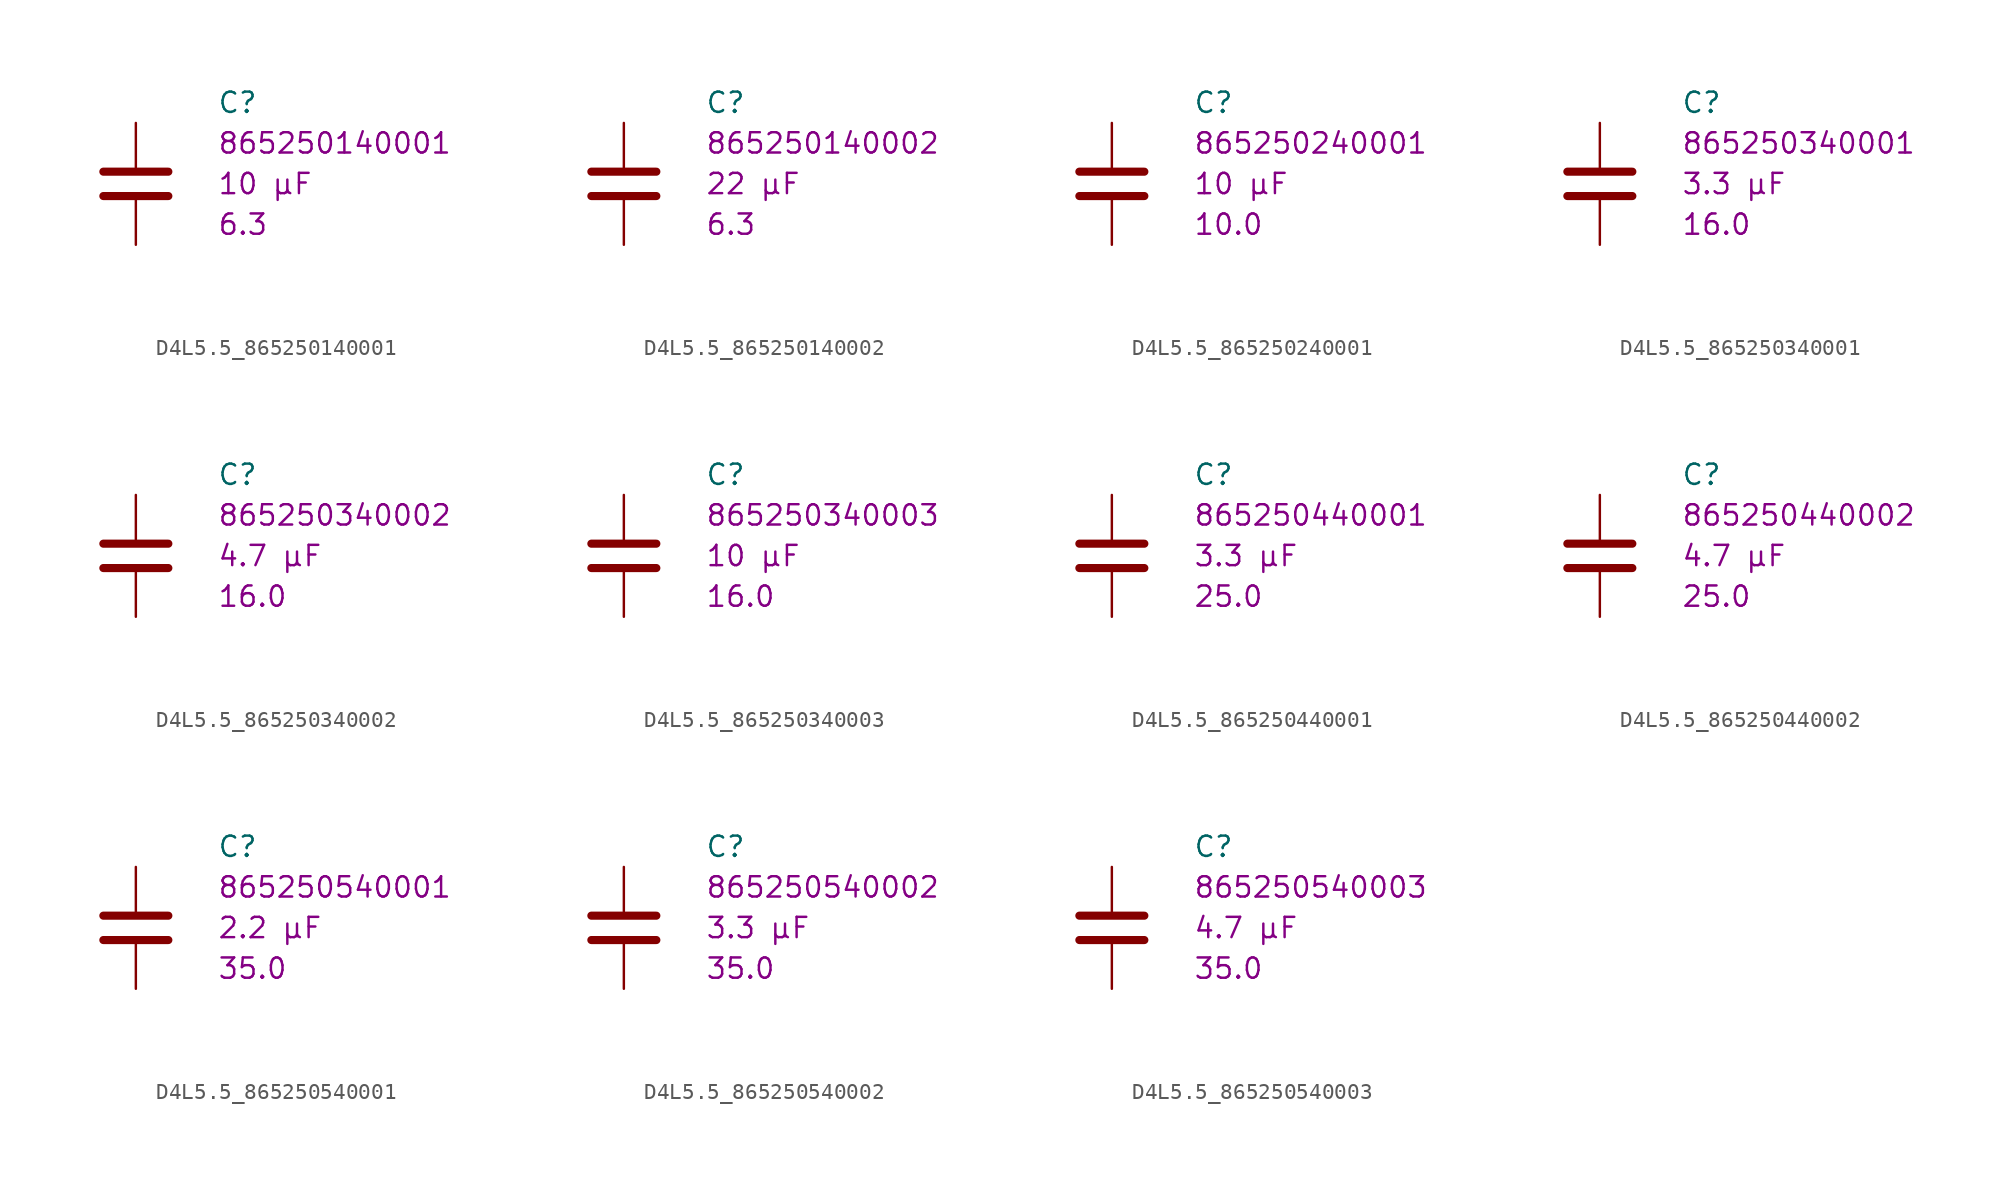
<source format=kicad_sym>
(kicad_symbol_lib
  (version 20220914)
  (generator kicad_symbol_editor)
  (symbol "D4L5.5_865250140001"
    (pin_numbers hide)
    (pin_names hide)
    (property "Reference" "C"
      (at 5.08 5.08 0)
      (effects (font (size 1.27 1.27)) (justify left)))
    (property "Part Number" "865250140001"
      (at 5.08 2.54 0)
      (effects (font (size 1.27 1.27)) (justify left)))
    (property "Capacitance" "10 µF"
      (at 5.08 0 0)
      (effects (font (size 1.27 1.27)) (justify left)))
    (property "Voltage" "6.3"
      (at 5.08 -2.54 0)
      (effects (font (size 1.27 1.27)) (justify left)))
    (property "Critical Parameter" ""
      (at 0 -7.62 0)
      (effects (font (size 1.27 1.27))))
    (symbol "D4L5.5_865250140001_0_1"
      (polyline (pts (xy -2.032 -0.762) (xy 2.032 -0.762)) (stroke (width 0.508) (type default)) (fill (type none)))
      (polyline (pts (xy -2.032 0.762) (xy 2.032 0.762)) (stroke (width 0.508) (type default)) (fill (type none))))
    (symbol "D4L5.5_865250140001_1_1"
      (pin passive line (at 0 3.81 270) (length 2.794) (name "1" (effects (font (size 1.27 1.27)))) (number "1" (effects (font (size 1.27 1.27)))))
      (pin passive line (at 0 -3.81 90) (length 2.794) (name "2" (effects (font (size 1.27 1.27)))) (number "2" (effects (font (size 1.27 1.27)))))))
  (symbol "D4L5.5_865250140002"
    (pin_numbers hide)
    (pin_names hide)
    (property "Reference" "C"
      (at 5.08 5.08 0)
      (effects (font (size 1.27 1.27)) (justify left)))
    (property "Part Number" "865250140002"
      (at 5.08 2.54 0)
      (effects (font (size 1.27 1.27)) (justify left)))
    (property "Capacitance" "22 µF"
      (at 5.08 0 0)
      (effects (font (size 1.27 1.27)) (justify left)))
    (property "Voltage" "6.3"
      (at 5.08 -2.54 0)
      (effects (font (size 1.27 1.27)) (justify left)))
    (property "Critical Parameter" ""
      (at 0 -7.62 0)
      (effects (font (size 1.27 1.27))))
    (symbol "D4L5.5_865250140002_0_1"
      (polyline (pts (xy -2.032 -0.762) (xy 2.032 -0.762)) (stroke (width 0.508) (type default)) (fill (type none)))
      (polyline (pts (xy -2.032 0.762) (xy 2.032 0.762)) (stroke (width 0.508) (type default)) (fill (type none))))
    (symbol "D4L5.5_865250140002_1_1"
      (pin passive line (at 0 3.81 270) (length 2.794) (name "1" (effects (font (size 1.27 1.27)))) (number "1" (effects (font (size 1.27 1.27)))))
      (pin passive line (at 0 -3.81 90) (length 2.794) (name "2" (effects (font (size 1.27 1.27)))) (number "2" (effects (font (size 1.27 1.27)))))))
  (symbol "D4L5.5_865250240001"
    (pin_numbers hide)
    (pin_names hide)
    (property "Reference" "C"
      (at 5.08 5.08 0)
      (effects (font (size 1.27 1.27)) (justify left)))
    (property "Part Number" "865250240001"
      (at 5.08 2.54 0)
      (effects (font (size 1.27 1.27)) (justify left)))
    (property "Capacitance" "10 µF"
      (at 5.08 0 0)
      (effects (font (size 1.27 1.27)) (justify left)))
    (property "Voltage" "10.0"
      (at 5.08 -2.54 0)
      (effects (font (size 1.27 1.27)) (justify left)))
    (property "Critical Parameter" ""
      (at 0 -7.62 0)
      (effects (font (size 1.27 1.27))))
    (symbol "D4L5.5_865250240001_0_1"
      (polyline (pts (xy -2.032 -0.762) (xy 2.032 -0.762)) (stroke (width 0.508) (type default)) (fill (type none)))
      (polyline (pts (xy -2.032 0.762) (xy 2.032 0.762)) (stroke (width 0.508) (type default)) (fill (type none))))
    (symbol "D4L5.5_865250240001_1_1"
      (pin passive line (at 0 3.81 270) (length 2.794) (name "1" (effects (font (size 1.27 1.27)))) (number "1" (effects (font (size 1.27 1.27)))))
      (pin passive line (at 0 -3.81 90) (length 2.794) (name "2" (effects (font (size 1.27 1.27)))) (number "2" (effects (font (size 1.27 1.27)))))))
  (symbol "D4L5.5_865250340001"
    (pin_numbers hide)
    (pin_names hide)
    (property "Reference" "C"
      (at 5.08 5.08 0)
      (effects (font (size 1.27 1.27)) (justify left)))
    (property "Part Number" "865250340001"
      (at 5.08 2.54 0)
      (effects (font (size 1.27 1.27)) (justify left)))
    (property "Capacitance" "3.3 µF"
      (at 5.08 0 0)
      (effects (font (size 1.27 1.27)) (justify left)))
    (property "Voltage" "16.0"
      (at 5.08 -2.54 0)
      (effects (font (size 1.27 1.27)) (justify left)))
    (property "Critical Parameter" ""
      (at 0 -7.62 0)
      (effects (font (size 1.27 1.27))))
    (symbol "D4L5.5_865250340001_0_1"
      (polyline (pts (xy -2.032 -0.762) (xy 2.032 -0.762)) (stroke (width 0.508) (type default)) (fill (type none)))
      (polyline (pts (xy -2.032 0.762) (xy 2.032 0.762)) (stroke (width 0.508) (type default)) (fill (type none))))
    (symbol "D4L5.5_865250340001_1_1"
      (pin passive line (at 0 3.81 270) (length 2.794) (name "1" (effects (font (size 1.27 1.27)))) (number "1" (effects (font (size 1.27 1.27)))))
      (pin passive line (at 0 -3.81 90) (length 2.794) (name "2" (effects (font (size 1.27 1.27)))) (number "2" (effects (font (size 1.27 1.27)))))))
  (symbol "D4L5.5_865250340002"
    (pin_numbers hide)
    (pin_names hide)
    (property "Reference" "C"
      (at 5.08 5.08 0)
      (effects (font (size 1.27 1.27)) (justify left)))
    (property "Part Number" "865250340002"
      (at 5.08 2.54 0)
      (effects (font (size 1.27 1.27)) (justify left)))
    (property "Capacitance" "4.7 µF"
      (at 5.08 0 0)
      (effects (font (size 1.27 1.27)) (justify left)))
    (property "Voltage" "16.0"
      (at 5.08 -2.54 0)
      (effects (font (size 1.27 1.27)) (justify left)))
    (property "Critical Parameter" ""
      (at 0 -7.62 0)
      (effects (font (size 1.27 1.27))))
    (symbol "D4L5.5_865250340002_0_1"
      (polyline (pts (xy -2.032 -0.762) (xy 2.032 -0.762)) (stroke (width 0.508) (type default)) (fill (type none)))
      (polyline (pts (xy -2.032 0.762) (xy 2.032 0.762)) (stroke (width 0.508) (type default)) (fill (type none))))
    (symbol "D4L5.5_865250340002_1_1"
      (pin passive line (at 0 3.81 270) (length 2.794) (name "1" (effects (font (size 1.27 1.27)))) (number "1" (effects (font (size 1.27 1.27)))))
      (pin passive line (at 0 -3.81 90) (length 2.794) (name "2" (effects (font (size 1.27 1.27)))) (number "2" (effects (font (size 1.27 1.27)))))))
  (symbol "D4L5.5_865250340003"
    (pin_numbers hide)
    (pin_names hide)
    (property "Reference" "C"
      (at 5.08 5.08 0)
      (effects (font (size 1.27 1.27)) (justify left)))
    (property "Part Number" "865250340003"
      (at 5.08 2.54 0)
      (effects (font (size 1.27 1.27)) (justify left)))
    (property "Capacitance" "10 µF"
      (at 5.08 0 0)
      (effects (font (size 1.27 1.27)) (justify left)))
    (property "Voltage" "16.0"
      (at 5.08 -2.54 0)
      (effects (font (size 1.27 1.27)) (justify left)))
    (property "Critical Parameter" ""
      (at 0 -7.62 0)
      (effects (font (size 1.27 1.27))))
    (symbol "D4L5.5_865250340003_0_1"
      (polyline (pts (xy -2.032 -0.762) (xy 2.032 -0.762)) (stroke (width 0.508) (type default)) (fill (type none)))
      (polyline (pts (xy -2.032 0.762) (xy 2.032 0.762)) (stroke (width 0.508) (type default)) (fill (type none))))
    (symbol "D4L5.5_865250340003_1_1"
      (pin passive line (at 0 3.81 270) (length 2.794) (name "1" (effects (font (size 1.27 1.27)))) (number "1" (effects (font (size 1.27 1.27)))))
      (pin passive line (at 0 -3.81 90) (length 2.794) (name "2" (effects (font (size 1.27 1.27)))) (number "2" (effects (font (size 1.27 1.27)))))))
  (symbol "D4L5.5_865250440001"
    (pin_numbers hide)
    (pin_names hide)
    (property "Reference" "C"
      (at 5.08 5.08 0)
      (effects (font (size 1.27 1.27)) (justify left)))
    (property "Part Number" "865250440001"
      (at 5.08 2.54 0)
      (effects (font (size 1.27 1.27)) (justify left)))
    (property "Capacitance" "3.3 µF"
      (at 5.08 0 0)
      (effects (font (size 1.27 1.27)) (justify left)))
    (property "Voltage" "25.0"
      (at 5.08 -2.54 0)
      (effects (font (size 1.27 1.27)) (justify left)))
    (property "Critical Parameter" ""
      (at 0 -7.62 0)
      (effects (font (size 1.27 1.27))))
    (symbol "D4L5.5_865250440001_0_1"
      (polyline (pts (xy -2.032 -0.762) (xy 2.032 -0.762)) (stroke (width 0.508) (type default)) (fill (type none)))
      (polyline (pts (xy -2.032 0.762) (xy 2.032 0.762)) (stroke (width 0.508) (type default)) (fill (type none))))
    (symbol "D4L5.5_865250440001_1_1"
      (pin passive line (at 0 3.81 270) (length 2.794) (name "1" (effects (font (size 1.27 1.27)))) (number "1" (effects (font (size 1.27 1.27)))))
      (pin passive line (at 0 -3.81 90) (length 2.794) (name "2" (effects (font (size 1.27 1.27)))) (number "2" (effects (font (size 1.27 1.27)))))))
  (symbol "D4L5.5_865250440002"
    (pin_numbers hide)
    (pin_names hide)
    (property "Reference" "C"
      (at 5.08 5.08 0)
      (effects (font (size 1.27 1.27)) (justify left)))
    (property "Part Number" "865250440002"
      (at 5.08 2.54 0)
      (effects (font (size 1.27 1.27)) (justify left)))
    (property "Capacitance" "4.7 µF"
      (at 5.08 0 0)
      (effects (font (size 1.27 1.27)) (justify left)))
    (property "Voltage" "25.0"
      (at 5.08 -2.54 0)
      (effects (font (size 1.27 1.27)) (justify left)))
    (property "Critical Parameter" ""
      (at 0 -7.62 0)
      (effects (font (size 1.27 1.27))))
    (symbol "D4L5.5_865250440002_0_1"
      (polyline (pts (xy -2.032 -0.762) (xy 2.032 -0.762)) (stroke (width 0.508) (type default)) (fill (type none)))
      (polyline (pts (xy -2.032 0.762) (xy 2.032 0.762)) (stroke (width 0.508) (type default)) (fill (type none))))
    (symbol "D4L5.5_865250440002_1_1"
      (pin passive line (at 0 3.81 270) (length 2.794) (name "1" (effects (font (size 1.27 1.27)))) (number "1" (effects (font (size 1.27 1.27)))))
      (pin passive line (at 0 -3.81 90) (length 2.794) (name "2" (effects (font (size 1.27 1.27)))) (number "2" (effects (font (size 1.27 1.27)))))))
  (symbol "D4L5.5_865250540001"
    (pin_numbers hide)
    (pin_names hide)
    (property "Reference" "C"
      (at 5.08 5.08 0)
      (effects (font (size 1.27 1.27)) (justify left)))
    (property "Part Number" "865250540001"
      (at 5.08 2.54 0)
      (effects (font (size 1.27 1.27)) (justify left)))
    (property "Capacitance" "2.2 µF"
      (at 5.08 0 0)
      (effects (font (size 1.27 1.27)) (justify left)))
    (property "Voltage" "35.0"
      (at 5.08 -2.54 0)
      (effects (font (size 1.27 1.27)) (justify left)))
    (property "Critical Parameter" ""
      (at 0 -7.62 0)
      (effects (font (size 1.27 1.27))))
    (symbol "D4L5.5_865250540001_0_1"
      (polyline (pts (xy -2.032 -0.762) (xy 2.032 -0.762)) (stroke (width 0.508) (type default)) (fill (type none)))
      (polyline (pts (xy -2.032 0.762) (xy 2.032 0.762)) (stroke (width 0.508) (type default)) (fill (type none))))
    (symbol "D4L5.5_865250540001_1_1"
      (pin passive line (at 0 3.81 270) (length 2.794) (name "1" (effects (font (size 1.27 1.27)))) (number "1" (effects (font (size 1.27 1.27)))))
      (pin passive line (at 0 -3.81 90) (length 2.794) (name "2" (effects (font (size 1.27 1.27)))) (number "2" (effects (font (size 1.27 1.27)))))))
  (symbol "D4L5.5_865250540002"
    (pin_numbers hide)
    (pin_names hide)
    (property "Reference" "C"
      (at 5.08 5.08 0)
      (effects (font (size 1.27 1.27)) (justify left)))
    (property "Part Number" "865250540002"
      (at 5.08 2.54 0)
      (effects (font (size 1.27 1.27)) (justify left)))
    (property "Capacitance" "3.3 µF"
      (at 5.08 0 0)
      (effects (font (size 1.27 1.27)) (justify left)))
    (property "Voltage" "35.0"
      (at 5.08 -2.54 0)
      (effects (font (size 1.27 1.27)) (justify left)))
    (property "Critical Parameter" ""
      (at 0 -7.62 0)
      (effects (font (size 1.27 1.27))))
    (symbol "D4L5.5_865250540002_0_1"
      (polyline (pts (xy -2.032 -0.762) (xy 2.032 -0.762)) (stroke (width 0.508) (type default)) (fill (type none)))
      (polyline (pts (xy -2.032 0.762) (xy 2.032 0.762)) (stroke (width 0.508) (type default)) (fill (type none))))
    (symbol "D4L5.5_865250540002_1_1"
      (pin passive line (at 0 3.81 270) (length 2.794) (name "1" (effects (font (size 1.27 1.27)))) (number "1" (effects (font (size 1.27 1.27)))))
      (pin passive line (at 0 -3.81 90) (length 2.794) (name "2" (effects (font (size 1.27 1.27)))) (number "2" (effects (font (size 1.27 1.27)))))))
  (symbol "D4L5.5_865250540003"
    (pin_numbers hide)
    (pin_names hide)
    (property "Reference" "C"
      (at 5.08 5.08 0)
      (effects (font (size 1.27 1.27)) (justify left)))
    (property "Part Number" "865250540003"
      (at 5.08 2.54 0)
      (effects (font (size 1.27 1.27)) (justify left)))
    (property "Capacitance" "4.7 µF"
      (at 5.08 0 0)
      (effects (font (size 1.27 1.27)) (justify left)))
    (property "Voltage" "35.0"
      (at 5.08 -2.54 0)
      (effects (font (size 1.27 1.27)) (justify left)))
    (property "Critical Parameter" ""
      (at 0 -7.62 0)
      (effects (font (size 1.27 1.27))))
    (symbol "D4L5.5_865250540003_0_1"
      (polyline (pts (xy -2.032 -0.762) (xy 2.032 -0.762)) (stroke (width 0.508) (type default)) (fill (type none)))
      (polyline (pts (xy -2.032 0.762) (xy 2.032 0.762)) (stroke (width 0.508) (type default)) (fill (type none))))
    (symbol "D4L5.5_865250540003_1_1"
      (pin passive line (at 0 3.81 270) (length 2.794) (name "1" (effects (font (size 1.27 1.27)))) (number "1" (effects (font (size 1.27 1.27)))))
      (pin passive line (at 0 -3.81 90) (length 2.794) (name "2" (effects (font (size 1.27 1.27)))) (number "2" (effects (font (size 1.27 1.27))))))))
</source>
